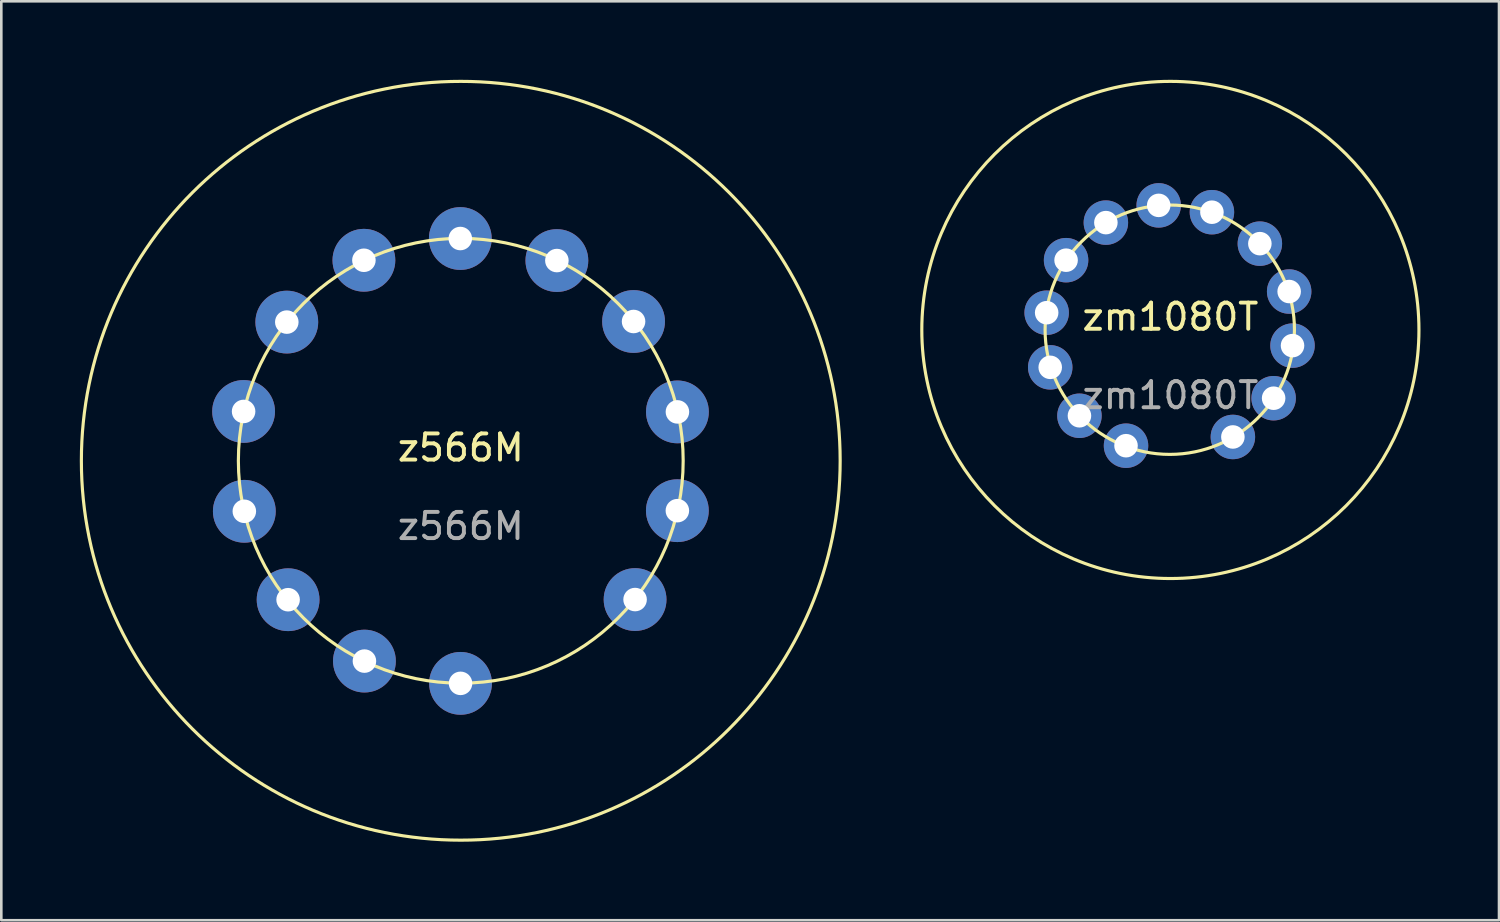
<source format=kicad_pcb>
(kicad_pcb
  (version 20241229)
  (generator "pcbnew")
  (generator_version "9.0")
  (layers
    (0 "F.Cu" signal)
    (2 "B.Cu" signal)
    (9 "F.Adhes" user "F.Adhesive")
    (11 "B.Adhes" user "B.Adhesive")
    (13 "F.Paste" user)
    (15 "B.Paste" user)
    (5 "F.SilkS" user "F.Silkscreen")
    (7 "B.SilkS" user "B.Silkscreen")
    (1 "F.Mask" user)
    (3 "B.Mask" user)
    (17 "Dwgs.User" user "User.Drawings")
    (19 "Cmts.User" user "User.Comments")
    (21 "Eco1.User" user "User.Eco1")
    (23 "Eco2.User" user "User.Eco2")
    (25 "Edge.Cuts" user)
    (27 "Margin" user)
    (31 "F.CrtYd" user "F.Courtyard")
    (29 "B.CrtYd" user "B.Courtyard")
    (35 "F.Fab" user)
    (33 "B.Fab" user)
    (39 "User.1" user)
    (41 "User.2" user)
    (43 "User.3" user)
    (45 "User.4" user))
  (footprint "zm1080T"
    (layer "F.Cu")
    (at 41.68 9.56)
    (property "Reference" "zm1080T" (at 0 -0.5 0) (unlocked yes) (layer "F.SilkS") (effects (font (size 1 1) (thickness 0.15))))
    (attr through_hole)
    (fp_circle (center -0.023 -0.009) (end 4.742 -0.009) (stroke (width 0.12) (type solid)) (fill no) (layer "F.SilkS"))
    (fp_circle (center 0 0) (end 9.5 0) (stroke (width 0.12) (type solid)) (fill no) (layer "F.SilkS"))
    (fp_text user "${REFERENCE}" (at 0 2.5 0) (unlocked yes) (layer "F.Fab") (effects (font (size 1 1) (thickness 0.15))))
    (pad "" thru_hole circle (at 4.54 -1.468 287.849) (size 1.7 1.7) (drill 0.9) (layers "*.Cu" "*.Mask"))
    (pad "0" thru_hole circle (at 3.946 2.609 287.849) (size 1.7 1.7) (drill 0.9) (layers "*.Cu" "*.Mask"))
    (pad "1" thru_hole circle (at -1.695 4.424 287.849) (size 1.7 1.7) (drill 0.9) (layers "*.Cu" "*.Mask"))
    (pad "2" thru_hole circle (at -3.475 3.28 287.849) (size 1.7 1.7) (drill 0.9) (layers "*.Cu" "*.Mask"))
    (pad "3" thru_hole circle (at -4.592 1.429 287.849) (size 1.7 1.7) (drill 0.9) (layers "*.Cu" "*.Mask"))
    (pad "4" thru_hole circle (at -3.986 -2.666 287.849) (size 1.7 1.7) (drill 0.9) (layers "*.Cu" "*.Mask"))
    (pad "5" thru_hole circle (at -2.465 -4.102 287.849) (size 1.7 1.7) (drill 0.9) (layers "*.Cu" "*.Mask"))
    (pad "6" thru_hole circle (at -0.446 -4.761 287.849) (size 1.7 1.7) (drill 0.9) (layers "*.Cu" "*.Mask"))
    (pad "7" thru_hole circle (at 1.588 -4.5 287.849) (size 1.7 1.7) (drill 0.9) (layers "*.Cu" "*.Mask"))
    (pad "8" thru_hole circle (at 3.42 -3.298 287.849) (size 1.7 1.7) (drill 0.9) (layers "*.Cu" "*.Mask"))
    (pad "9" thru_hole circle (at 4.668 0.599 287.849) (size 1.7 1.7) (drill 0.9) (layers "*.Cu" "*.Mask"))
    (pad "A" thru_hole circle (at 2.389 4.09 287.849) (size 1.7 1.7) (drill 0.9) (layers "*.Cu" "*.Mask"))
    (pad "pr" thru_hole circle (at -4.728 -0.659 287.849) (size 1.7 1.7) (drill 0.9) (layers "*.Cu" "*.Mask")))
  (footprint "z566M"
    (layer "F.Cu")
    (at 14.56 14.56)
    (property "Reference" "z566M" (at 0 -0.5 0) (unlocked yes) (layer "F.SilkS") (effects (font (size 1 1) (thickness 0.15))))
    (attr through_hole)
    (fp_circle (center 0 0) (end 8.5 0) (stroke (width 0.12) (type solid)) (fill no) (layer "F.SilkS"))
    (fp_circle (center 0 0) (end 14.5 0) (stroke (width 0.12) (type solid)) (fill no) (layer "F.SilkS"))
    (fp_text user "${REFERENCE}" (at 0 2.5 0) (unlocked yes) (layer "F.Fab") (effects (font (size 1 1) (thickness 0.15))))
    (pad "0" thru_hole circle (at -8.272 1.931 295.719) (size 2.4 2.4) (drill 0.9) (layers "*.Cu" "*.Mask"))
    (pad "1" thru_hole circle (at -6.599 5.31 295.719) (size 2.4 2.4) (drill 0.9) (layers "*.Cu" "*.Mask"))
    (pad "2" thru_hole circle (at 6.662 5.304 295.719) (size 2.4 2.4) (drill 0.9) (layers "*.Cu" "*.Mask"))
    (pad "3" thru_hole circle (at 8.278 1.907 295.719) (size 2.4 2.4) (drill 0.9) (layers "*.Cu" "*.Mask"))
    (pad "4" thru_hole circle (at 8.28 -1.868 295.719) (size 2.4 2.4) (drill 0.9) (layers "*.Cu" "*.Mask"))
    (pad "5" thru_hole circle (at 6.604 -5.323 295.719) (size 2.4 2.4) (drill 0.9) (layers "*.Cu" "*.Mask"))
    (pad "6" thru_hole circle (at 3.673 -7.652 295.719) (size 2.4 2.4) (drill 0.9) (layers "*.Cu" "*.Mask"))
    (pad "7" thru_hole circle (at -3.702 -7.663 295.719) (size 2.4 2.4) (drill 0.9) (layers "*.Cu" "*.Mask"))
    (pad "8" thru_hole circle (at -6.649 -5.3 295.719) (size 2.4 2.4) (drill 0.9) (layers "*.Cu" "*.Mask"))
    (pad "9" thru_hole circle (at -8.3 -1.885 295.719) (size 2.4 2.4) (drill 0.9) (layers "*.Cu" "*.Mask"))
    (pad "A" thru_hole circle (at -3.682 7.656 295.719) (size 2.4 2.4) (drill 0.9) (layers "*.Cu" "*.Mask"))
    (pad "ic" thru_hole circle (at -0.018 -8.494 295.719) (size 2.4 2.4) (drill 0.9) (layers "*.Cu" "*.Mask"))
    (pad "ic" thru_hole circle (at -0.009 8.507 295.719) (size 2.4 2.4) (drill 0.9) (layers "*.Cu" "*.Mask")))
  (gr_rect
    (start -3 -3)
    (end 54.24 32.12)
    (stroke (width 0.1) (type default))
    (fill no)
    (layer "Edge.Cuts")))
</source>
